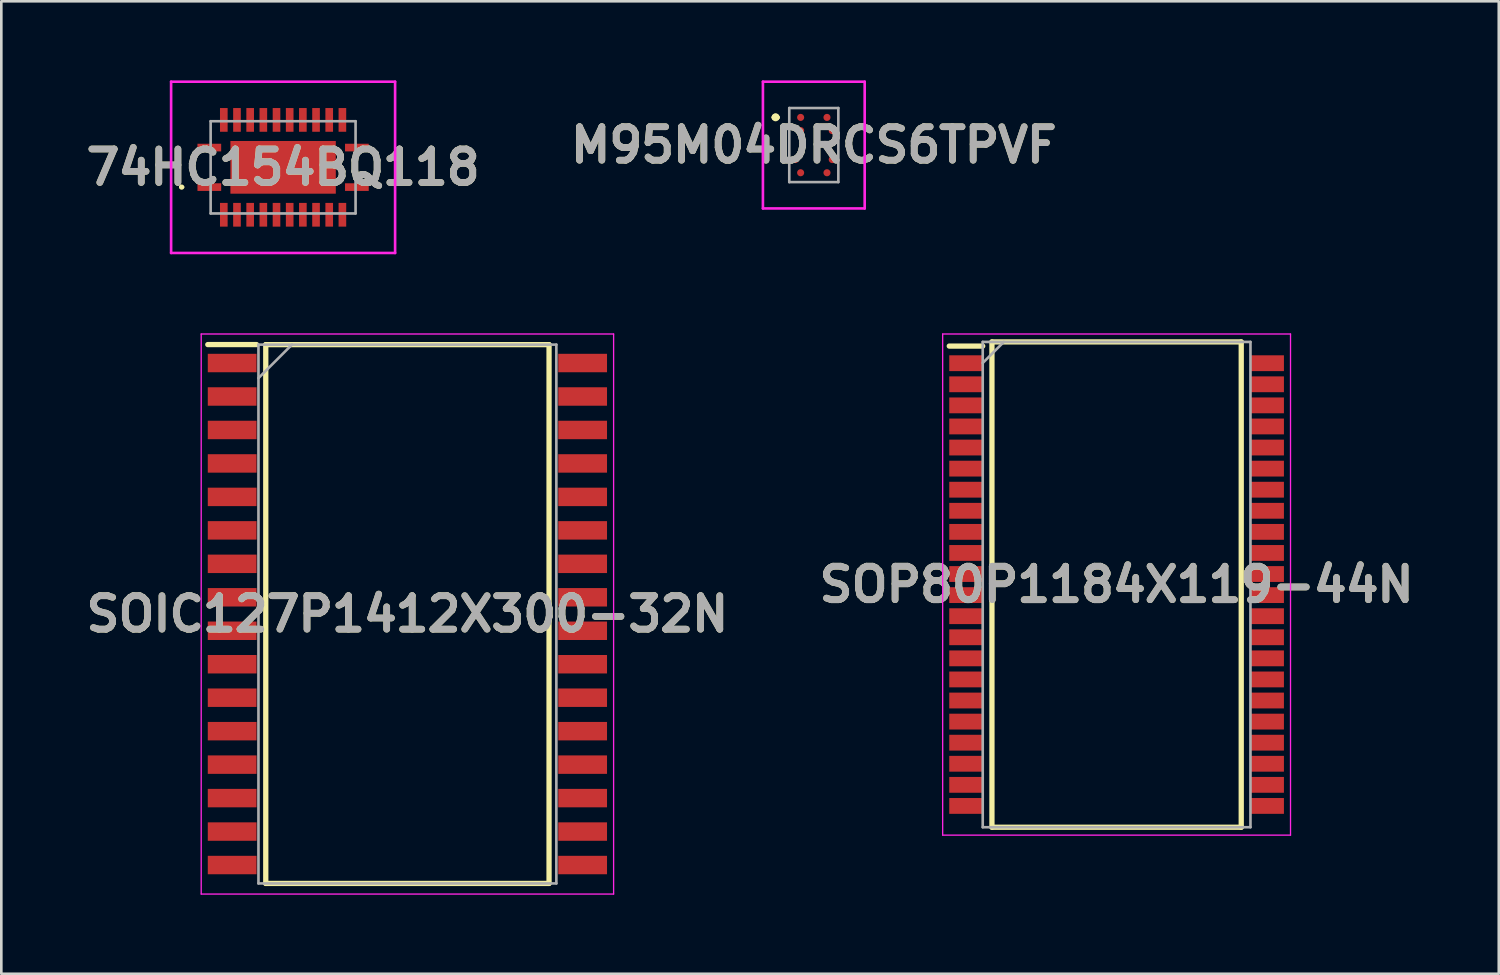
<source format=kicad_pcb>
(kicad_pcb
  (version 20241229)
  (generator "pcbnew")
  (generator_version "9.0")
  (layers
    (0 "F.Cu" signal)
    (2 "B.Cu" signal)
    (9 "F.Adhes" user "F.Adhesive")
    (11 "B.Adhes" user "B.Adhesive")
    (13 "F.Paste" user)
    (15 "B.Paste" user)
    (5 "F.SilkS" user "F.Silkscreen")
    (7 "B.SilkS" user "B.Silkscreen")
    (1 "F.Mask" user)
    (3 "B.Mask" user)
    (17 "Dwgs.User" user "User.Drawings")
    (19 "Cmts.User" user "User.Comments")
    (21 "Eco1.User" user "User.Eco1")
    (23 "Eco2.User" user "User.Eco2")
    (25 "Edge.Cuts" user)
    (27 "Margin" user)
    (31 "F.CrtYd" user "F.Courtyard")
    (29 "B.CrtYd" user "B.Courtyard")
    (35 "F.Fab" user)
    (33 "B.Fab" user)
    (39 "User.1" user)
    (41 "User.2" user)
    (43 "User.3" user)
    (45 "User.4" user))
  (footprint "SOP80P1184X119-44N"
    (layer "F.Cu")
    (at 39.322 19.133)
    (property "Reference" "SOP80P1184X119-44N" (at 0 0 0) (layer "F.SilkS") (effects (font (size 1.27 1.27) (thickness 0.254))))
    (attr smd)
    (fp_line (start -6.35 -9.05) (end -5.08 -9.05) (stroke (width 0.2) (type solid)) (layer "F.SilkS"))
    (fp_line (start -4.73 -9.208) (end 4.73 -9.208) (stroke (width 0.2) (type solid)) (layer "F.SilkS"))
    (fp_line (start -4.73 9.208) (end -4.73 -9.208) (stroke (width 0.2) (type solid)) (layer "F.SilkS"))
    (fp_line (start 4.73 -9.208) (end 4.73 9.208) (stroke (width 0.2) (type solid)) (layer "F.SilkS"))
    (fp_line (start 4.73 9.208) (end -4.73 9.208) (stroke (width 0.2) (type solid)) (layer "F.SilkS"))
    (fp_line (start -6.6 -9.508) (end 6.6 -9.508) (stroke (width 0.05) (type solid)) (layer "F.CrtYd"))
    (fp_line (start -6.6 9.508) (end -6.6 -9.508) (stroke (width 0.05) (type solid)) (layer "F.CrtYd"))
    (fp_line (start 6.6 -9.508) (end 6.6 9.508) (stroke (width 0.05) (type solid)) (layer "F.CrtYd"))
    (fp_line (start 6.6 9.508) (end -6.6 9.508) (stroke (width 0.05) (type solid)) (layer "F.CrtYd"))
    (fp_line (start -5.08 -9.208) (end 5.08 -9.208) (stroke (width 0.1) (type solid)) (layer "F.Fab"))
    (fp_line (start -5.08 -8.408) (end -4.28 -9.208) (stroke (width 0.1) (type solid)) (layer "F.Fab"))
    (fp_line (start -5.08 9.208) (end -5.08 -9.208) (stroke (width 0.1) (type solid)) (layer "F.Fab"))
    (fp_line (start 5.08 -9.208) (end 5.08 9.208) (stroke (width 0.1) (type solid)) (layer "F.Fab"))
    (fp_line (start 5.08 9.208) (end -5.08 9.208) (stroke (width 0.1) (type solid)) (layer "F.Fab"))
    (fp_text user "${REFERENCE}" (at 0 0 0) (layer "F.Fab") (effects (font (size 1.27 1.27) (thickness 0.254))))
    (pad "1" smd rect (at -5.715 -8.4 90) (size 0.6 1.27) (layers "F.Cu" "F.Mask" "F.Paste"))
    (pad "2" smd rect (at -5.715 -7.6 90) (size 0.6 1.27) (layers "F.Cu" "F.Mask" "F.Paste"))
    (pad "3" smd rect (at -5.715 -6.8 90) (size 0.6 1.27) (layers "F.Cu" "F.Mask" "F.Paste"))
    (pad "4" smd rect (at -5.715 -6 90) (size 0.6 1.27) (layers "F.Cu" "F.Mask" "F.Paste"))
    (pad "5" smd rect (at -5.715 -5.2 90) (size 0.6 1.27) (layers "F.Cu" "F.Mask" "F.Paste"))
    (pad "6" smd rect (at -5.715 -4.4 90) (size 0.6 1.27) (layers "F.Cu" "F.Mask" "F.Paste"))
    (pad "7" smd rect (at -5.715 -3.6 90) (size 0.6 1.27) (layers "F.Cu" "F.Mask" "F.Paste"))
    (pad "8" smd rect (at -5.715 -2.8 90) (size 0.6 1.27) (layers "F.Cu" "F.Mask" "F.Paste"))
    (pad "9" smd rect (at -5.715 -2 90) (size 0.6 1.27) (layers "F.Cu" "F.Mask" "F.Paste"))
    (pad "10" smd rect (at -5.715 -1.2 90) (size 0.6 1.27) (layers "F.Cu" "F.Mask" "F.Paste"))
    (pad "11" smd rect (at -5.715 -0.4 90) (size 0.6 1.27) (layers "F.Cu" "F.Mask" "F.Paste"))
    (pad "12" smd rect (at -5.715 0.4 90) (size 0.6 1.27) (layers "F.Cu" "F.Mask" "F.Paste"))
    (pad "13" smd rect (at -5.715 1.2 90) (size 0.6 1.27) (layers "F.Cu" "F.Mask" "F.Paste"))
    (pad "14" smd rect (at -5.715 2 90) (size 0.6 1.27) (layers "F.Cu" "F.Mask" "F.Paste"))
    (pad "15" smd rect (at -5.715 2.8 90) (size 0.6 1.27) (layers "F.Cu" "F.Mask" "F.Paste"))
    (pad "16" smd rect (at -5.715 3.6 90) (size 0.6 1.27) (layers "F.Cu" "F.Mask" "F.Paste"))
    (pad "17" smd rect (at -5.715 4.4 90) (size 0.6 1.27) (layers "F.Cu" "F.Mask" "F.Paste"))
    (pad "18" smd rect (at -5.715 5.2 90) (size 0.6 1.27) (layers "F.Cu" "F.Mask" "F.Paste"))
    (pad "19" smd rect (at -5.715 6 90) (size 0.6 1.27) (layers "F.Cu" "F.Mask" "F.Paste"))
    (pad "20" smd rect (at -5.715 6.8 90) (size 0.6 1.27) (layers "F.Cu" "F.Mask" "F.Paste"))
    (pad "21" smd rect (at -5.715 7.6 90) (size 0.6 1.27) (layers "F.Cu" "F.Mask" "F.Paste"))
    (pad "22" smd rect (at -5.715 8.4 90) (size 0.6 1.27) (layers "F.Cu" "F.Mask" "F.Paste"))
    (pad "23" smd rect (at 5.715 8.4 90) (size 0.6 1.27) (layers "F.Cu" "F.Mask" "F.Paste"))
    (pad "24" smd rect (at 5.715 7.6 90) (size 0.6 1.27) (layers "F.Cu" "F.Mask" "F.Paste"))
    (pad "25" smd rect (at 5.715 6.8 90) (size 0.6 1.27) (layers "F.Cu" "F.Mask" "F.Paste"))
    (pad "26" smd rect (at 5.715 6 90) (size 0.6 1.27) (layers "F.Cu" "F.Mask" "F.Paste"))
    (pad "27" smd rect (at 5.715 5.2 90) (size 0.6 1.27) (layers "F.Cu" "F.Mask" "F.Paste"))
    (pad "28" smd rect (at 5.715 4.4 90) (size 0.6 1.27) (layers "F.Cu" "F.Mask" "F.Paste"))
    (pad "29" smd rect (at 5.715 3.6 90) (size 0.6 1.27) (layers "F.Cu" "F.Mask" "F.Paste"))
    (pad "30" smd rect (at 5.715 2.8 90) (size 0.6 1.27) (layers "F.Cu" "F.Mask" "F.Paste"))
    (pad "31" smd rect (at 5.715 2 90) (size 0.6 1.27) (layers "F.Cu" "F.Mask" "F.Paste"))
    (pad "32" smd rect (at 5.715 1.2 90) (size 0.6 1.27) (layers "F.Cu" "F.Mask" "F.Paste"))
    (pad "33" smd rect (at 5.715 0.4 90) (size 0.6 1.27) (layers "F.Cu" "F.Mask" "F.Paste"))
    (pad "34" smd rect (at 5.715 -0.4 90) (size 0.6 1.27) (layers "F.Cu" "F.Mask" "F.Paste"))
    (pad "35" smd rect (at 5.715 -1.2 90) (size 0.6 1.27) (layers "F.Cu" "F.Mask" "F.Paste"))
    (pad "36" smd rect (at 5.715 -2 90) (size 0.6 1.27) (layers "F.Cu" "F.Mask" "F.Paste"))
    (pad "37" smd rect (at 5.715 -2.8 90) (size 0.6 1.27) (layers "F.Cu" "F.Mask" "F.Paste"))
    (pad "38" smd rect (at 5.715 -3.6 90) (size 0.6 1.27) (layers "F.Cu" "F.Mask" "F.Paste"))
    (pad "39" smd rect (at 5.715 -4.4 90) (size 0.6 1.27) (layers "F.Cu" "F.Mask" "F.Paste"))
    (pad "40" smd rect (at 5.715 -5.2 90) (size 0.6 1.27) (layers "F.Cu" "F.Mask" "F.Paste"))
    (pad "41" smd rect (at 5.715 -6 90) (size 0.6 1.27) (layers "F.Cu" "F.Mask" "F.Paste"))
    (pad "42" smd rect (at 5.715 -6.8 90) (size 0.6 1.27) (layers "F.Cu" "F.Mask" "F.Paste"))
    (pad "43" smd rect (at 5.715 -7.6 90) (size 0.6 1.27) (layers "F.Cu" "F.Mask" "F.Paste"))
    (pad "44" smd rect (at 5.715 -8.4 90) (size 0.6 1.27) (layers "F.Cu" "F.Mask" "F.Paste")))
  (footprint "M95M04DRCS6TPVF"
    (layer "F.Cu")
    (at 27.832 2.455)
    (property "Reference" "M95M04DRCS6TPVF" (at 0 0 0) (layer "F.SilkS") (effects (font (size 1.27 1.27) (thickness 0.254))))
    (attr smd)
    (fp_line (start -1.5 -1.05) (end -1.5 -1.05) (stroke (width 0.2) (type solid)) (layer "F.SilkS"))
    (fp_line (start -1.4 -1.05) (end -1.4 -1.05) (stroke (width 0.2) (type solid)) (layer "F.SilkS"))
    (fp_line (start -1.4 -1.05) (end -1.4 -1.05) (stroke (width 0.2) (type solid)) (layer "F.SilkS"))
    (fp_arc (start -1.5 -1.051) (mid -1.4495 -1.1005) (end -1.4 -1.05) (stroke (width 0.2) (type solid)) (layer "F.SilkS"))
    (fp_arc (start -1.5 -1.051) (mid -1.4495 -1.1005) (end -1.4 -1.05) (stroke (width 0.2) (type solid)) (layer "F.SilkS"))
    (fp_arc (start -1.4 -1.051) (mid -1.4495 -1.0005) (end -1.5 -1.05) (stroke (width 0.2) (type solid)) (layer "F.SilkS"))
    (fp_line (start -1.931 -2.405) (end -1.931 2.405) (stroke (width 0.1) (type solid)) (layer "F.CrtYd"))
    (fp_line (start -1.931 2.405) (end 1.931 2.405) (stroke (width 0.1) (type solid)) (layer "F.CrtYd"))
    (fp_line (start 1.931 -2.405) (end -1.931 -2.405) (stroke (width 0.1) (type solid)) (layer "F.CrtYd"))
    (fp_line (start 1.931 2.405) (end 1.931 -2.405) (stroke (width 0.1) (type solid)) (layer "F.CrtYd"))
    (fp_line (start -0.931 -1.405) (end 0.931 -1.405) (stroke (width 0.1) (type solid)) (layer "F.Fab"))
    (fp_line (start -0.931 1.405) (end -0.931 -1.405) (stroke (width 0.1) (type solid)) (layer "F.Fab"))
    (fp_line (start 0.931 -1.405) (end 0.931 1.405) (stroke (width 0.1) (type solid)) (layer "F.Fab"))
    (fp_line (start 0.931 1.405) (end -0.931 1.405) (stroke (width 0.1) (type solid)) (layer "F.Fab"))
    (fp_text user "${REFERENCE}" (at 0 0 0) (layer "F.Fab") (effects (font (size 1.27 1.27) (thickness 0.254))))
    (pad "A2" smd circle (at -0.5 -1.05 90) (size 0.27 0.27) (layers "F.Cu" "F.Mask" "F.Paste"))
    (pad "A3" smd circle (at 0.5 -1.05 90) (size 0.27 0.27) (layers "F.Cu" "F.Mask" "F.Paste"))
    (pad "B2" smd circle (at -0.5 -0.55 90) (size 0.27 0.27) (layers "F.Cu" "F.Mask" "F.Paste"))
    (pad "B4" smd circle (at 0.7 -0.55 90) (size 0.27 0.27) (layers "F.Cu" "F.Mask" "F.Paste"))
    (pad "C1" smd circle (at -0.7 0.55 90) (size 0.27 0.27) (layers "F.Cu" "F.Mask" "F.Paste"))
    (pad "C4" smd circle (at 0.7 0.55 90) (size 0.27 0.27) (layers "F.Cu" "F.Mask" "F.Paste"))
    (pad "D2" smd circle (at -0.5 1.05 90) (size 0.27 0.27) (layers "F.Cu" "F.Mask" "F.Paste"))
    (pad "D3" smd circle (at 0.5 1.05 90) (size 0.27 0.27) (layers "F.Cu" "F.Mask" "F.Paste")))
  (footprint "74HC154BQ118"
    (layer "F.Cu")
    (at 7.693 3.3)
    (property "Reference" "74HC154BQ118" (at 0 0 0) (layer "F.SilkS") (effects (font (size 1.27 1.27) (thickness 0.254))))
    (attr smd)
    (fp_line (start -3.9 0.75) (end -3.9 0.75) (stroke (width 0.1) (type solid)) (layer "F.SilkS"))
    (fp_line (start -3.8 0.75) (end -3.8 0.75) (stroke (width 0.1) (type solid)) (layer "F.SilkS"))
    (fp_arc (start -3.9 0.75) (mid -3.85 0.7) (end -3.8 0.75) (stroke (width 0.1) (type solid)) (layer "F.SilkS"))
    (fp_arc (start -3.8 0.75) (mid -3.85 0.8) (end -3.9 0.75) (stroke (width 0.1) (type solid)) (layer "F.SilkS"))
    (fp_line (start -4.25 -3.25) (end 4.25 -3.25) (stroke (width 0.1) (type solid)) (layer "F.CrtYd"))
    (fp_line (start -4.25 3.25) (end -4.25 -3.25) (stroke (width 0.1) (type solid)) (layer "F.CrtYd"))
    (fp_line (start 4.25 -3.25) (end 4.25 3.25) (stroke (width 0.1) (type solid)) (layer "F.CrtYd"))
    (fp_line (start 4.25 3.25) (end -4.25 3.25) (stroke (width 0.1) (type solid)) (layer "F.CrtYd"))
    (fp_line (start -2.75 -1.75) (end 2.75 -1.75) (stroke (width 0.1) (type solid)) (layer "F.Fab"))
    (fp_line (start -2.75 1.75) (end -2.75 -1.75) (stroke (width 0.1) (type solid)) (layer "F.Fab"))
    (fp_line (start 2.75 -1.75) (end 2.75 1.75) (stroke (width 0.1) (type solid)) (layer "F.Fab"))
    (fp_line (start 2.75 1.75) (end -2.75 1.75) (stroke (width 0.1) (type solid)) (layer "F.Fab"))
    (fp_text user "${REFERENCE}" (at 0 0 0) (layer "F.Fab") (effects (font (size 1.27 1.27) (thickness 0.254))))
    (pad "1" smd rect (at -2.8 0.75 90) (size 0.29 0.9) (layers "F.Cu" "F.Mask" "F.Paste"))
    (pad "2" smd rect (at -2.25 1.8) (size 0.29 0.9) (layers "F.Cu" "F.Mask" "F.Paste"))
    (pad "3" smd rect (at -1.75 1.8) (size 0.29 0.9) (layers "F.Cu" "F.Mask" "F.Paste"))
    (pad "4" smd rect (at -1.25 1.8) (size 0.29 0.9) (layers "F.Cu" "F.Mask" "F.Paste"))
    (pad "5" smd rect (at -0.75 1.8) (size 0.29 0.9) (layers "F.Cu" "F.Mask" "F.Paste"))
    (pad "6" smd rect (at -0.25 1.8) (size 0.29 0.9) (layers "F.Cu" "F.Mask" "F.Paste"))
    (pad "7" smd rect (at 0.25 1.8) (size 0.29 0.9) (layers "F.Cu" "F.Mask" "F.Paste"))
    (pad "8" smd rect (at 0.75 1.8) (size 0.29 0.9) (layers "F.Cu" "F.Mask" "F.Paste"))
    (pad "9" smd rect (at 1.25 1.8) (size 0.29 0.9) (layers "F.Cu" "F.Mask" "F.Paste"))
    (pad "10" smd rect (at 1.75 1.8) (size 0.29 0.9) (layers "F.Cu" "F.Mask" "F.Paste"))
    (pad "11" smd rect (at 2.25 1.8) (size 0.29 0.9) (layers "F.Cu" "F.Mask" "F.Paste"))
    (pad "12" smd rect (at 2.8 0.75 90) (size 0.29 0.9) (layers "F.Cu" "F.Mask" "F.Paste"))
    (pad "13" smd rect (at 2.8 -0.75 90) (size 0.29 0.9) (layers "F.Cu" "F.Mask" "F.Paste"))
    (pad "14" smd rect (at 2.25 -1.8) (size 0.29 0.9) (layers "F.Cu" "F.Mask" "F.Paste"))
    (pad "15" smd rect (at 1.75 -1.8) (size 0.29 0.9) (layers "F.Cu" "F.Mask" "F.Paste"))
    (pad "16" smd rect (at 1.25 -1.8) (size 0.29 0.9) (layers "F.Cu" "F.Mask" "F.Paste"))
    (pad "17" smd rect (at 0.75 -1.8) (size 0.29 0.9) (layers "F.Cu" "F.Mask" "F.Paste"))
    (pad "18" smd rect (at 0.25 -1.8) (size 0.29 0.9) (layers "F.Cu" "F.Mask" "F.Paste"))
    (pad "19" smd rect (at -0.25 -1.8) (size 0.29 0.9) (layers "F.Cu" "F.Mask" "F.Paste"))
    (pad "20" smd rect (at -0.75 -1.8) (size 0.29 0.9) (layers "F.Cu" "F.Mask" "F.Paste"))
    (pad "21" smd rect (at -1.25 -1.8) (size 0.29 0.9) (layers "F.Cu" "F.Mask" "F.Paste"))
    (pad "22" smd rect (at -1.75 -1.8) (size 0.29 0.9) (layers "F.Cu" "F.Mask" "F.Paste"))
    (pad "23" smd rect (at -2.25 -1.8) (size 0.29 0.9) (layers "F.Cu" "F.Mask" "F.Paste"))
    (pad "24" smd rect (at -2.8 -0.75 90) (size 0.29 0.9) (layers "F.Cu" "F.Mask" "F.Paste"))
    (pad "25" smd rect (at 0 0 90) (size 2 4) (layers "F.Cu" "F.Mask" "F.Paste")))
  (footprint "SOIC127P1412X300-32N"
    (layer "F.Cu")
    (at 12.41 20.251)
    (property "Reference" "SOIC127P1412X300-32N" (at 0 0 0) (layer "F.SilkS") (effects (font (size 1.27 1.27) (thickness 0.254))))
    (attr smd)
    (fp_line (start -7.575 -10.225) (end -5.725 -10.225) (stroke (width 0.2) (type solid)) (layer "F.SilkS"))
    (fp_line (start -5.375 -10.223) (end 5.375 -10.223) (stroke (width 0.2) (type solid)) (layer "F.SilkS"))
    (fp_line (start -5.375 10.223) (end -5.375 -10.223) (stroke (width 0.2) (type solid)) (layer "F.SilkS"))
    (fp_line (start 5.375 -10.223) (end 5.375 10.223) (stroke (width 0.2) (type solid)) (layer "F.SilkS"))
    (fp_line (start 5.375 10.223) (end -5.375 10.223) (stroke (width 0.2) (type solid)) (layer "F.SilkS"))
    (fp_line (start -7.825 -10.626) (end 7.825 -10.626) (stroke (width 0.05) (type solid)) (layer "F.CrtYd"))
    (fp_line (start -7.825 10.626) (end -7.825 -10.626) (stroke (width 0.05) (type solid)) (layer "F.CrtYd"))
    (fp_line (start 7.825 -10.626) (end 7.825 10.626) (stroke (width 0.05) (type solid)) (layer "F.CrtYd"))
    (fp_line (start 7.825 10.626) (end -7.825 10.626) (stroke (width 0.05) (type solid)) (layer "F.CrtYd"))
    (fp_line (start -5.652 -10.223) (end 5.652 -10.223) (stroke (width 0.1) (type solid)) (layer "F.Fab"))
    (fp_line (start -5.652 -8.953) (end -4.382 -10.223) (stroke (width 0.1) (type solid)) (layer "F.Fab"))
    (fp_line (start -5.652 10.223) (end -5.652 -10.223) (stroke (width 0.1) (type solid)) (layer "F.Fab"))
    (fp_line (start 5.652 -10.223) (end 5.652 10.223) (stroke (width 0.1) (type solid)) (layer "F.Fab"))
    (fp_line (start 5.652 10.223) (end -5.652 10.223) (stroke (width 0.1) (type solid)) (layer "F.Fab"))
    (fp_text user "${REFERENCE}" (at 0 0 0) (layer "F.Fab") (effects (font (size 1.27 1.27) (thickness 0.254))))
    (pad "1" smd rect (at -6.65 -9.525 90) (size 0.7 1.85) (layers "F.Cu" "F.Mask" "F.Paste"))
    (pad "2" smd rect (at -6.65 -8.255 90) (size 0.7 1.85) (layers "F.Cu" "F.Mask" "F.Paste"))
    (pad "3" smd rect (at -6.65 -6.985 90) (size 0.7 1.85) (layers "F.Cu" "F.Mask" "F.Paste"))
    (pad "4" smd rect (at -6.65 -5.715 90) (size 0.7 1.85) (layers "F.Cu" "F.Mask" "F.Paste"))
    (pad "5" smd rect (at -6.65 -4.445 90) (size 0.7 1.85) (layers "F.Cu" "F.Mask" "F.Paste"))
    (pad "6" smd rect (at -6.65 -3.175 90) (size 0.7 1.85) (layers "F.Cu" "F.Mask" "F.Paste"))
    (pad "7" smd rect (at -6.65 -1.905 90) (size 0.7 1.85) (layers "F.Cu" "F.Mask" "F.Paste"))
    (pad "8" smd rect (at -6.65 -0.635 90) (size 0.7 1.85) (layers "F.Cu" "F.Mask" "F.Paste"))
    (pad "9" smd rect (at -6.65 0.635 90) (size 0.7 1.85) (layers "F.Cu" "F.Mask" "F.Paste"))
    (pad "10" smd rect (at -6.65 1.905 90) (size 0.7 1.85) (layers "F.Cu" "F.Mask" "F.Paste"))
    (pad "11" smd rect (at -6.65 3.175 90) (size 0.7 1.85) (layers "F.Cu" "F.Mask" "F.Paste"))
    (pad "12" smd rect (at -6.65 4.445 90) (size 0.7 1.85) (layers "F.Cu" "F.Mask" "F.Paste"))
    (pad "13" smd rect (at -6.65 5.715 90) (size 0.7 1.85) (layers "F.Cu" "F.Mask" "F.Paste"))
    (pad "14" smd rect (at -6.65 6.985 90) (size 0.7 1.85) (layers "F.Cu" "F.Mask" "F.Paste"))
    (pad "15" smd rect (at -6.65 8.255 90) (size 0.7 1.85) (layers "F.Cu" "F.Mask" "F.Paste"))
    (pad "16" smd rect (at -6.65 9.525 90) (size 0.7 1.85) (layers "F.Cu" "F.Mask" "F.Paste"))
    (pad "17" smd rect (at 6.65 9.525 90) (size 0.7 1.85) (layers "F.Cu" "F.Mask" "F.Paste"))
    (pad "18" smd rect (at 6.65 8.255 90) (size 0.7 1.85) (layers "F.Cu" "F.Mask" "F.Paste"))
    (pad "19" smd rect (at 6.65 6.985 90) (size 0.7 1.85) (layers "F.Cu" "F.Mask" "F.Paste"))
    (pad "20" smd rect (at 6.65 5.715 90) (size 0.7 1.85) (layers "F.Cu" "F.Mask" "F.Paste"))
    (pad "21" smd rect (at 6.65 4.445 90) (size 0.7 1.85) (layers "F.Cu" "F.Mask" "F.Paste"))
    (pad "22" smd rect (at 6.65 3.175 90) (size 0.7 1.85) (layers "F.Cu" "F.Mask" "F.Paste"))
    (pad "23" smd rect (at 6.65 1.905 90) (size 0.7 1.85) (layers "F.Cu" "F.Mask" "F.Paste"))
    (pad "24" smd rect (at 6.65 0.635 90) (size 0.7 1.85) (layers "F.Cu" "F.Mask" "F.Paste"))
    (pad "25" smd rect (at 6.65 -0.635 90) (size 0.7 1.85) (layers "F.Cu" "F.Mask" "F.Paste"))
    (pad "26" smd rect (at 6.65 -1.905 90) (size 0.7 1.85) (layers "F.Cu" "F.Mask" "F.Paste"))
    (pad "27" smd rect (at 6.65 -3.175 90) (size 0.7 1.85) (layers "F.Cu" "F.Mask" "F.Paste"))
    (pad "28" smd rect (at 6.65 -4.445 90) (size 0.7 1.85) (layers "F.Cu" "F.Mask" "F.Paste"))
    (pad "29" smd rect (at 6.65 -5.715 90) (size 0.7 1.85) (layers "F.Cu" "F.Mask" "F.Paste"))
    (pad "30" smd rect (at 6.65 -6.985 90) (size 0.7 1.85) (layers "F.Cu" "F.Mask" "F.Paste"))
    (pad "31" smd rect (at 6.65 -8.255 90) (size 0.7 1.85) (layers "F.Cu" "F.Mask" "F.Paste"))
    (pad "32" smd rect (at 6.65 -9.525 90) (size 0.7 1.85) (layers "F.Cu" "F.Mask" "F.Paste")))
  (gr_rect
    (start -3 -3)
    (end 53.825 33.902)
    (stroke (width 0.1) (type default))
    (fill no)
    (layer "Edge.Cuts")))
</source>
